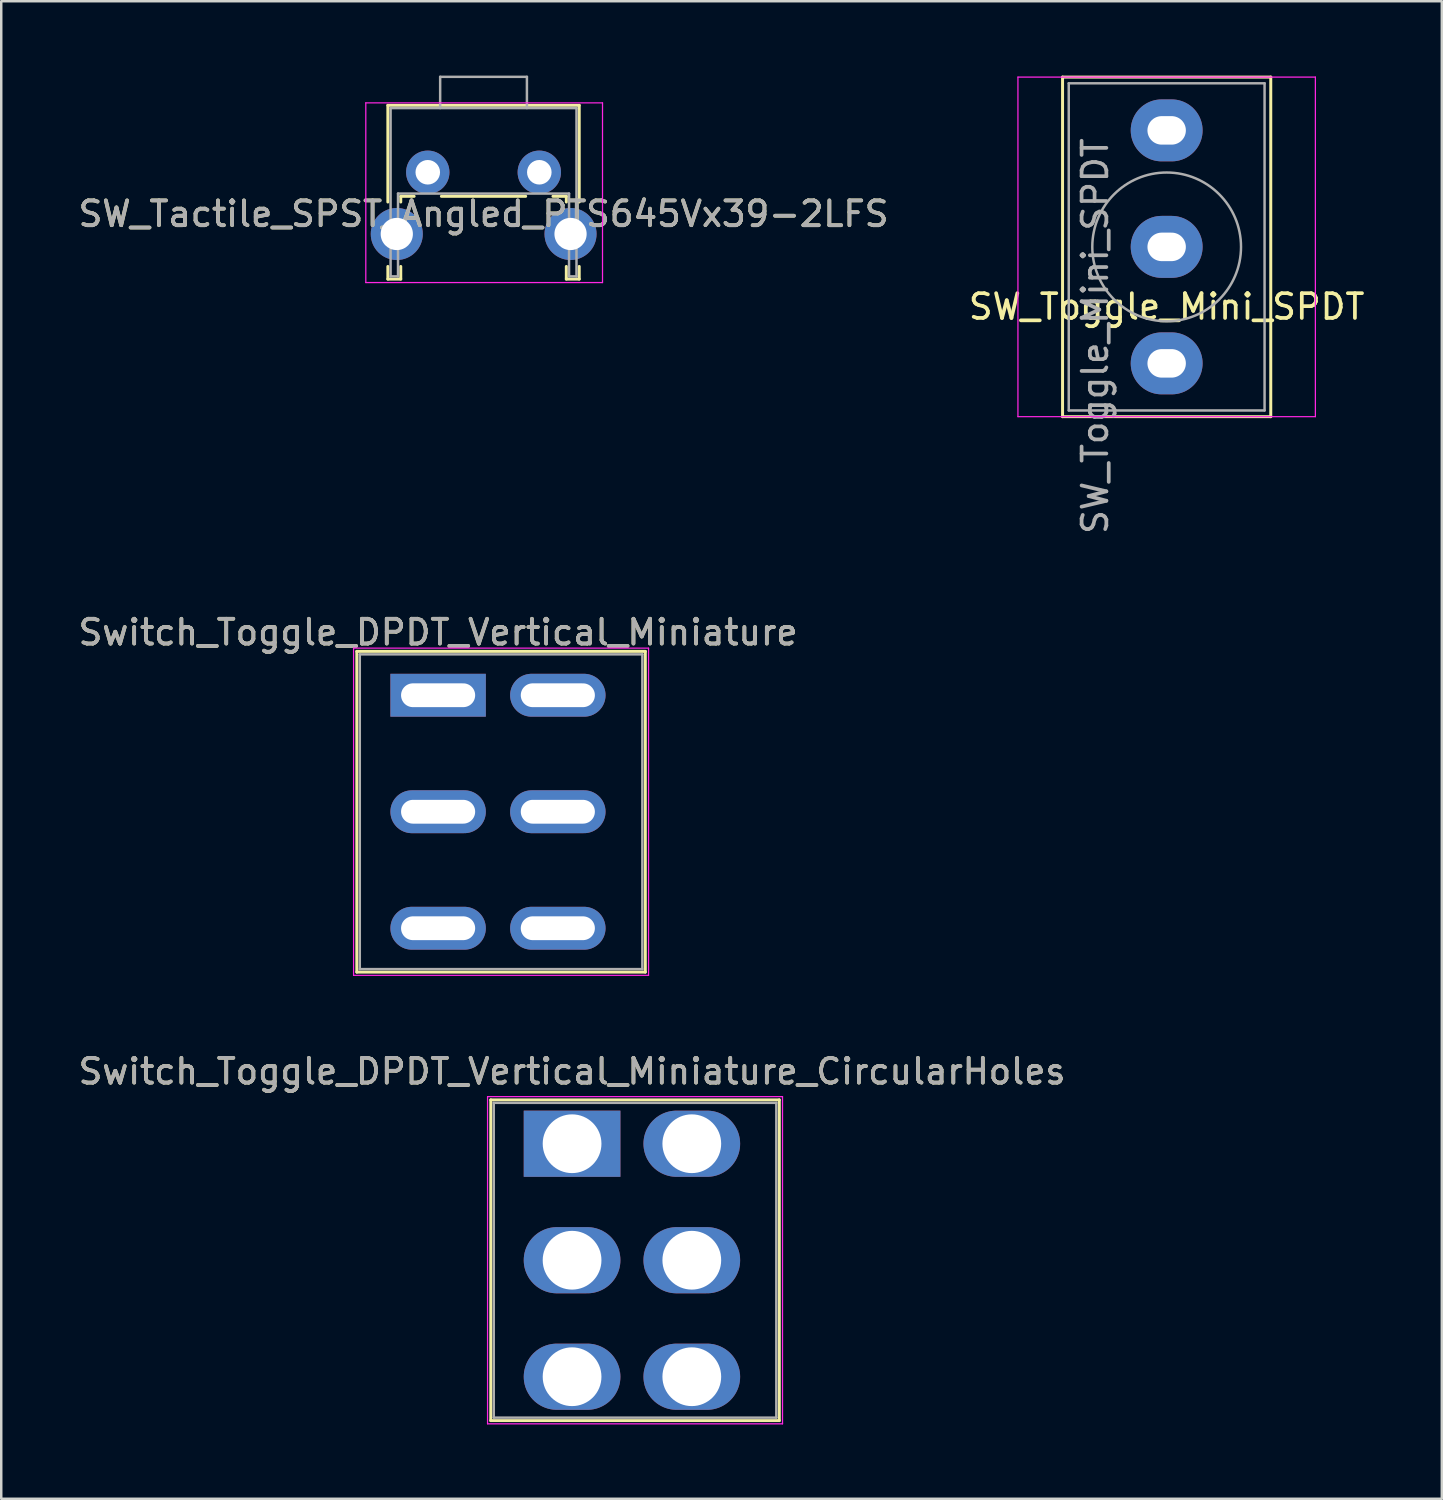
<source format=kicad_pcb>
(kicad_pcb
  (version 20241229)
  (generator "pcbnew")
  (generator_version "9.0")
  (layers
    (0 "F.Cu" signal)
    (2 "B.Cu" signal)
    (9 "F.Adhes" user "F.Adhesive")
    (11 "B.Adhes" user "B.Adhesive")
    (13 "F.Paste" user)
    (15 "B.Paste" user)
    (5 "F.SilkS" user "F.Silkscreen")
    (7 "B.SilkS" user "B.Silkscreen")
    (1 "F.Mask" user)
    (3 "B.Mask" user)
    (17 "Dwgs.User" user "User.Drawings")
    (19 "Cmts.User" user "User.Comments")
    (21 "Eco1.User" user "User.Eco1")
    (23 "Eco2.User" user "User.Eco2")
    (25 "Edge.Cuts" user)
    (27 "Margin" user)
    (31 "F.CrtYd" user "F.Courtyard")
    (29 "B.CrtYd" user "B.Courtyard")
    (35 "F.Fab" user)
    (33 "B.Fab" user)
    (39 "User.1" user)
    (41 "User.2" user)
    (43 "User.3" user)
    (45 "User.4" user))
  (footprint "SW_Toggle_Mini_SPDT"
    (layer "F.Cu")
    (at 44.018 6.91)
    (property "Reference" "SW_Toggle_Mini_SPDT" (at 0 2.413 0) (layer "F.SilkS") (effects (font (size 1 1) (thickness 0.15))))
    (attr through_hole)
    (fp_line (start -4.2 -6.85) (end -4.2 6.85) (stroke (width 0.12) (type solid)) (layer "F.SilkS"))
    (fp_line (start -4.2 6.85) (end 4.2 6.85) (stroke (width 0.12) (type solid)) (layer "F.SilkS"))
    (fp_line (start 4.2 -6.85) (end -4.2 -6.85) (stroke (width 0.12) (type solid)) (layer "F.SilkS"))
    (fp_line (start 4.2 6.85) (end 4.2 -6.85) (stroke (width 0.12) (type solid)) (layer "F.SilkS"))
    (fp_line (start -6 -6.85) (end -6 6.85) (stroke (width 0.05) (type solid)) (layer "F.CrtYd"))
    (fp_line (start -6 6.85) (end 6 6.85) (stroke (width 0.05) (type solid)) (layer "F.CrtYd"))
    (fp_line (start 6 -6.85) (end -6 -6.85) (stroke (width 0.05) (type solid)) (layer "F.CrtYd"))
    (fp_line (start 6 6.85) (end 6 -6.85) (stroke (width 0.05) (type solid)) (layer "F.CrtYd"))
    (fp_line (start -3.95 -6.6) (end -3.95 6.6) (stroke (width 0.1) (type solid)) (layer "F.Fab"))
    (fp_line (start -3.95 6.6) (end 3.95 6.6) (stroke (width 0.1) (type solid)) (layer "F.Fab"))
    (fp_line (start -0.5 0) (end 0.5 0) (stroke (width 0.1) (type solid)) (layer "F.Fab"))
    (fp_line (start 0 0.5) (end 0 -0.5) (stroke (width 0.1) (type solid)) (layer "F.Fab"))
    (fp_line (start 3.95 -6.6) (end -3.95 -6.6) (stroke (width 0.1) (type solid)) (layer "F.Fab"))
    (fp_line (start 3.95 6.6) (end 3.95 -6.6) (stroke (width 0.1) (type solid)) (layer "F.Fab"))
    (fp_circle (center 0 0) (end 0.5 0) (stroke (width 0.1) (type solid)) (fill no) (layer "F.Fab"))
    (fp_circle (center 0 0) (end 3 0) (stroke (width 0.1) (type solid)) (fill no) (layer "F.Fab"))
    (fp_text user "${REFERENCE}" (at -2.887 3.6 90) (layer "F.Fab") (effects (font (size 1 1) (thickness 0.15))))
    (pad "1" thru_hole oval (at 0 4.7) (size 2.9 2.5) (drill oval 1.55 1.15) (layers "*.Cu" "*.Mask"))
    (pad "2" thru_hole oval (at 0 0) (size 2.9 2.5) (drill oval 1.55 1.15) (layers "*.Cu" "*.Mask"))
    (pad "3" thru_hole oval (at 0 -4.7) (size 2.9 2.5) (drill oval 1.55 1.15) (layers "*.Cu" "*.Mask")))
  (footprint "Switch_Toggle_DPDT_Vertical_Miniature_CircularHoles"
    (layer "F.Cu")
    (at 20.03 43.093)
    (property "Reference" "Switch_Toggle_DPDT_Vertical_Miniature_CircularHoles" (at 0 -2.92 180) (layer "F.SilkS") (effects (font (size 1 1) (thickness 0.15))))
    (attr through_hole)
    (fp_line (start -3.28 -1.77) (end -3.28 11.17) (stroke (width 0.12) (type solid)) (layer "F.SilkS"))
    (fp_line (start -3.28 -1.77) (end 8.36 -1.77) (stroke (width 0.12) (type solid)) (layer "F.SilkS"))
    (fp_line (start -3.28 11.17) (end 8.36 11.17) (stroke (width 0.12) (type solid)) (layer "F.SilkS"))
    (fp_line (start 8.36 -1.77) (end 8.36 11.17) (stroke (width 0.12) (type solid)) (layer "F.SilkS"))
    (fp_line (start -3.41 -1.9) (end -3.41 11.3) (stroke (width 0.05) (type solid)) (layer "F.CrtYd"))
    (fp_line (start -3.41 -1.9) (end 8.49 -1.9) (stroke (width 0.05) (type solid)) (layer "F.CrtYd"))
    (fp_line (start -3.41 11.3) (end 8.49 11.3) (stroke (width 0.05) (type solid)) (layer "F.CrtYd"))
    (fp_line (start 8.49 -1.9) (end 8.49 11.3) (stroke (width 0.05) (type solid)) (layer "F.CrtYd"))
    (fp_line (start -3.16 -1.65) (end -3.16 11.05) (stroke (width 0.1) (type solid)) (layer "F.Fab"))
    (fp_line (start -3.16 -1.65) (end 8.24 -1.65) (stroke (width 0.1) (type solid)) (layer "F.Fab"))
    (fp_line (start -3.16 11.05) (end 8.24 11.05) (stroke (width 0.1) (type solid)) (layer "F.Fab"))
    (fp_line (start 8.24 -1.65) (end 8.24 11.05) (stroke (width 0.1) (type solid)) (layer "F.Fab"))
    (fp_text user "${REFERENCE}" (at 0 -2.92 180) (layer "F.Fab") (effects (font (size 1 1) (thickness 0.15))))
    (pad "1" thru_hole rect (at 0 0) (size 3.9 2.67) (drill 2.37) (layers "*.Cu" "*.Mask"))
    (pad "2" thru_hole oval (at 0 4.7) (size 3.9 2.67) (drill 2.37) (layers "*.Cu" "*.Mask"))
    (pad "3" thru_hole oval (at 0 9.4) (size 3.9 2.67) (drill 2.37) (layers "*.Cu" "*.Mask"))
    (pad "4" thru_hole oval (at 4.83 0) (size 3.9 2.67) (drill 2.37) (layers "*.Cu" "*.Mask"))
    (pad "5" thru_hole oval (at 4.83 4.7) (size 3.9 2.67) (drill 2.37) (layers "*.Cu" "*.Mask"))
    (pad "6" thru_hole oval (at 4.83 9.4) (size 3.9 2.67) (drill 2.37) (layers "*.Cu" "*.Mask")))
  (footprint "SW_Tactile_SPST_Angled_PTS645Vx39-2LFS"
    (layer "F.Cu")
    (at 14.208 3.9)
    (property "Reference" "SW_Tactile_SPST_Angled_PTS645Vx39-2LFS" (at 2.25 1.68 0) (layer "F.SilkS") (effects (font (size 1 1) (thickness 0.15))))
    (attr through_hole)
    (fp_line (start -1.61 -2.7) (end -1.61 1.2) (stroke (width 0.12) (type solid)) (layer "F.SilkS"))
    (fp_line (start -1.61 -2.7) (end 6.11 -2.7) (stroke (width 0.12) (type solid)) (layer "F.SilkS"))
    (fp_line (start -1.61 3.8) (end -1.61 4.31) (stroke (width 0.12) (type solid)) (layer "F.SilkS"))
    (fp_line (start -1.61 4.31) (end -1.09 4.31) (stroke (width 0.12) (type solid)) (layer "F.SilkS"))
    (fp_line (start -1.09 0.97) (end -1.09 1.2) (stroke (width 0.12) (type solid)) (layer "F.SilkS"))
    (fp_line (start -1.09 0.97) (end -0.55 0.97) (stroke (width 0.12) (type solid)) (layer "F.SilkS"))
    (fp_line (start -1.09 3.8) (end -1.09 4.31) (stroke (width 0.12) (type solid)) (layer "F.SilkS"))
    (fp_line (start 0.55 0.97) (end 3.95 0.97) (stroke (width 0.12) (type solid)) (layer "F.SilkS"))
    (fp_line (start 5.05 0.97) (end 5.59 0.97) (stroke (width 0.12) (type solid)) (layer "F.SilkS"))
    (fp_line (start 5.59 0.97) (end 5.59 1.2) (stroke (width 0.12) (type solid)) (layer "F.SilkS"))
    (fp_line (start 5.59 3.8) (end 5.59 4.31) (stroke (width 0.12) (type solid)) (layer "F.SilkS"))
    (fp_line (start 5.59 4.31) (end 6.11 4.31) (stroke (width 0.12) (type solid)) (layer "F.SilkS"))
    (fp_line (start 6.11 -2.7) (end 6.11 1.2) (stroke (width 0.12) (type solid)) (layer "F.SilkS"))
    (fp_line (start 6.11 3.8) (end 6.11 4.31) (stroke (width 0.12) (type solid)) (layer "F.SilkS"))
    (fp_line (start -2.5 -2.8) (end 7.05 -2.8) (stroke (width 0.05) (type solid)) (layer "F.CrtYd"))
    (fp_line (start -2.5 4.45) (end -2.5 -2.8) (stroke (width 0.05) (type solid)) (layer "F.CrtYd"))
    (fp_line (start 7.05 -2.8) (end 7.05 4.45) (stroke (width 0.05) (type solid)) (layer "F.CrtYd"))
    (fp_line (start 7.05 4.45) (end -2.5 4.45) (stroke (width 0.05) (type solid)) (layer "F.CrtYd"))
    (fp_line (start -1.5 -2.59) (end 6 -2.59) (stroke (width 0.1) (type solid)) (layer "F.Fab"))
    (fp_line (start -1.5 4.2) (end -1.5 -2.59) (stroke (width 0.1) (type solid)) (layer "F.Fab"))
    (fp_line (start -1.5 4.2) (end -1.2 4.2) (stroke (width 0.1) (type solid)) (layer "F.Fab"))
    (fp_line (start -1.2 0.86) (end 5.7 0.86) (stroke (width 0.1) (type solid)) (layer "F.Fab"))
    (fp_line (start -1.2 4.2) (end -1.2 0.86) (stroke (width 0.1) (type solid)) (layer "F.Fab"))
    (fp_line (start 0.5 -3.85) (end 0.5 -2.59) (stroke (width 0.1) (type solid)) (layer "F.Fab"))
    (fp_line (start 0.5 -3.85) (end 4 -3.85) (stroke (width 0.1) (type solid)) (layer "F.Fab"))
    (fp_line (start 4 -3.85) (end 4 -2.59) (stroke (width 0.1) (type solid)) (layer "F.Fab"))
    (fp_line (start 5.7 4.2) (end 5.7 0.86) (stroke (width 0.1) (type solid)) (layer "F.Fab"))
    (fp_line (start 5.7 4.2) (end 6 4.2) (stroke (width 0.1) (type solid)) (layer "F.Fab"))
    (fp_line (start 6 4.2) (end 6 -2.59) (stroke (width 0.1) (type solid)) (layer "F.Fab"))
    (fp_text user "${REFERENCE}" (at 2.25 1.68 0) (layer "F.Fab") (effects (font (size 1 1) (thickness 0.15))))
    (pad "" thru_hole circle (at -1.25 2.49) (size 2.1 2.1) (drill 1.3) (layers "*.Cu" "*.Mask"))
    (pad "" thru_hole circle (at 5.76 2.49) (size 2.1 2.1) (drill 1.3) (layers "*.Cu" "*.Mask"))
    (pad "1" thru_hole circle (at 0 0) (size 1.75 1.75) (drill 0.99) (layers "*.Cu" "*.Mask"))
    (pad "2" thru_hole circle (at 4.5 0) (size 1.75 1.75) (drill 0.99) (layers "*.Cu" "*.Mask")))
  (footprint "Switch_Toggle_DPDT_Vertical_Miniature"
    (layer "F.Cu")
    (at 14.625 24.999)
    (property "Reference" "Switch_Toggle_DPDT_Vertical_Miniature" (at 0 -2.54 180) (layer "F.SilkS") (effects (font (size 1 1) (thickness 0.15))))
    (attr through_hole)
    (fp_line (start -3.28 -1.77) (end -3.28 11.17) (stroke (width 0.12) (type solid)) (layer "F.SilkS"))
    (fp_line (start -3.28 -1.77) (end 8.36 -1.77) (stroke (width 0.12) (type solid)) (layer "F.SilkS"))
    (fp_line (start -3.28 11.17) (end 8.36 11.17) (stroke (width 0.12) (type solid)) (layer "F.SilkS"))
    (fp_line (start 8.36 -1.77) (end 8.36 11.17) (stroke (width 0.12) (type solid)) (layer "F.SilkS"))
    (fp_line (start -3.41 -1.9) (end -3.41 11.3) (stroke (width 0.05) (type solid)) (layer "F.CrtYd"))
    (fp_line (start -3.41 -1.9) (end 8.49 -1.9) (stroke (width 0.05) (type solid)) (layer "F.CrtYd"))
    (fp_line (start -3.41 11.3) (end 8.49 11.3) (stroke (width 0.05) (type solid)) (layer "F.CrtYd"))
    (fp_line (start 8.49 -1.9) (end 8.49 11.3) (stroke (width 0.05) (type solid)) (layer "F.CrtYd"))
    (fp_line (start -3.16 -1.65) (end -3.16 11.05) (stroke (width 0.1) (type solid)) (layer "F.Fab"))
    (fp_line (start -3.16 -1.65) (end 8.24 -1.65) (stroke (width 0.1) (type solid)) (layer "F.Fab"))
    (fp_line (start -3.16 11.05) (end 8.24 11.05) (stroke (width 0.1) (type solid)) (layer "F.Fab"))
    (fp_line (start 8.24 -1.65) (end 8.24 11.05) (stroke (width 0.1) (type solid)) (layer "F.Fab"))
    (fp_text user "${REFERENCE}" (at 0 -2.54 180) (layer "F.Fab") (effects (font (size 1 1) (thickness 0.15))))
    (pad "1" thru_hole rect (at 0 0) (size 3.85 1.73) (drill oval 2.99 0.96) (layers "*.Cu" "*.Mask"))
    (pad "2" thru_hole oval (at 0 4.7) (size 3.85 1.73) (drill oval 2.99 0.96) (layers "*.Cu" "*.Mask"))
    (pad "3" thru_hole oval (at 0 9.4) (size 3.85 1.73) (drill oval 2.99 0.96) (layers "*.Cu" "*.Mask"))
    (pad "4" thru_hole oval (at 4.83 0) (size 3.85 1.73) (drill oval 2.99 0.96) (layers "*.Cu" "*.Mask"))
    (pad "5" thru_hole oval (at 4.83 4.7) (size 3.85 1.73) (drill oval 2.99 0.96) (layers "*.Cu" "*.Mask"))
    (pad "6" thru_hole oval (at 4.83 9.4) (size 3.85 1.73) (drill oval 2.99 0.96) (layers "*.Cu" "*.Mask")))
  (gr_rect
    (start -3 -3)
    (end 55.119 57.418)
    (stroke (width 0.1) (type default))
    (fill no)
    (layer "Edge.Cuts")))
</source>
